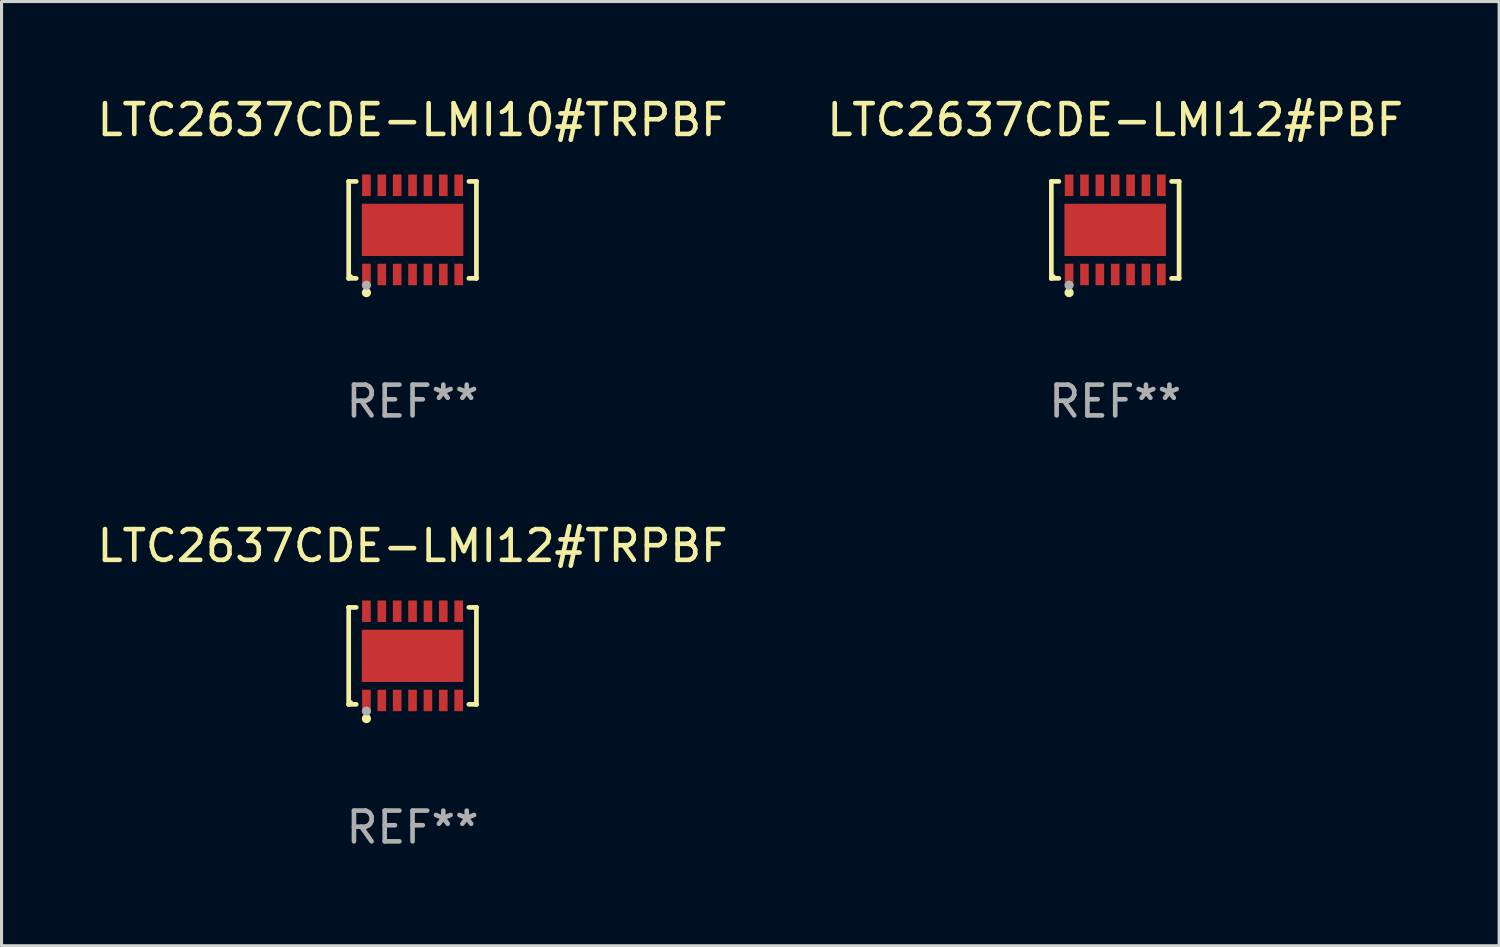
<source format=kicad_pcb>
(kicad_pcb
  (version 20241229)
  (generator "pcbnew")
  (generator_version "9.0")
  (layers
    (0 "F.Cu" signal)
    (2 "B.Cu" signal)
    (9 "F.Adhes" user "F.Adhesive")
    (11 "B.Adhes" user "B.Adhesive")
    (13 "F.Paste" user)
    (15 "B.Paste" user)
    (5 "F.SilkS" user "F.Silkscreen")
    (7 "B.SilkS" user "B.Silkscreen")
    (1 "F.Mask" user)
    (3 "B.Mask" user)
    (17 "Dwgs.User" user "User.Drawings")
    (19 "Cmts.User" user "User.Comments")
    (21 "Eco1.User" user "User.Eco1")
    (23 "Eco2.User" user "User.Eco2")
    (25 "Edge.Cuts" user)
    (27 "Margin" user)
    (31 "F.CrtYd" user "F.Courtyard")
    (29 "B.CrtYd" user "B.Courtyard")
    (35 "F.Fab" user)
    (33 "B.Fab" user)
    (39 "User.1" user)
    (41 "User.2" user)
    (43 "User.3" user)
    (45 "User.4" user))
  (footprint "LTC2637CDE-LMI12#TRPBF"
    (layer "F.Cu")
    (at 10.363 18.273)
    (property "Reference" "LTC2637CDE-LMI12#TRPBF" (at 0 -3.576 0) (layer "F.SilkS") (effects (font (size 1 1) (thickness 0.15))))
    (attr through_hole)
    (fp_line (start -2.076 -1.576) (end -2.076 -1.576) (stroke (width 0.152) (type solid)) (layer "F.SilkS"))
    (fp_line (start -2.076 -1.576) (end -1.831 -1.576) (stroke (width 0.152) (type solid)) (layer "F.SilkS"))
    (fp_line (start -2.076 1.576) (end -2.076 -1.576) (stroke (width 0.152) (type solid)) (layer "F.SilkS"))
    (fp_line (start -2.076 1.576) (end -2.076 1.576) (stroke (width 0.152) (type solid)) (layer "F.SilkS"))
    (fp_line (start -1.831 1.576) (end -2.076 1.576) (stroke (width 0.152) (type solid)) (layer "F.SilkS"))
    (fp_line (start 1.831 1.576) (end 2.076 1.576) (stroke (width 0.152) (type solid)) (layer "F.SilkS"))
    (fp_line (start 2.076 -1.576) (end 1.831 -1.576) (stroke (width 0.152) (type solid)) (layer "F.SilkS"))
    (fp_line (start 2.076 -1.576) (end 2.076 -1.576) (stroke (width 0.152) (type solid)) (layer "F.SilkS"))
    (fp_line (start 2.076 1.576) (end 2.076 -1.576) (stroke (width 0.152) (type solid)) (layer "F.SilkS"))
    (fp_line (start 2.076 1.576) (end 2.076 1.576) (stroke (width 0.152) (type solid)) (layer "F.SilkS"))
    (fp_circle (center -2 1.5) (end -1.97 1.5) (stroke (width 0.06) (type solid)) (fill no) (layer "F.SilkS"))
    (fp_circle (center -1.5 2.04) (end -1.425 2.04) (stroke (width 0.15) (type solid)) (fill no) (layer "F.SilkS"))
    (fp_circle (center -1.5 1.8) (end -1.425 1.8) (stroke (width 0.15) (type solid)) (fill no) (layer "F.Fab"))
    (fp_text user "REF**" (at 0 5.576 0) (layer "F.Fab") (effects (font (size 1 1) (thickness 0.15))))
    (pad "1" smd rect (at -1.5 1.45) (size 0.28 0.7) (layers "F.Cu" "F.Mask" "F.Paste"))
    (pad "2" smd rect (at -1 1.45) (size 0.28 0.7) (layers "F.Cu" "F.Mask" "F.Paste"))
    (pad "3" smd rect (at -0.5 1.45) (size 0.28 0.7) (layers "F.Cu" "F.Mask" "F.Paste"))
    (pad "4" smd rect (at 0 1.45) (size 0.28 0.7) (layers "F.Cu" "F.Mask" "F.Paste"))
    (pad "5" smd rect (at 0.5 1.45) (size 0.28 0.7) (layers "F.Cu" "F.Mask" "F.Paste"))
    (pad "6" smd rect (at 1 1.45) (size 0.28 0.7) (layers "F.Cu" "F.Mask" "F.Paste"))
    (pad "7" smd rect (at 1.5 1.45) (size 0.28 0.7) (layers "F.Cu" "F.Mask" "F.Paste"))
    (pad "8" smd rect (at 1.5 -1.45) (size 0.28 0.7) (layers "F.Cu" "F.Mask" "F.Paste"))
    (pad "9" smd rect (at 1 -1.45) (size 0.28 0.7) (layers "F.Cu" "F.Mask" "F.Paste"))
    (pad "10" smd rect (at 0.5 -1.45) (size 0.28 0.7) (layers "F.Cu" "F.Mask" "F.Paste"))
    (pad "11" smd rect (at 0 -1.45) (size 0.28 0.7) (layers "F.Cu" "F.Mask" "F.Paste"))
    (pad "12" smd rect (at -0.5 -1.45) (size 0.28 0.7) (layers "F.Cu" "F.Mask" "F.Paste"))
    (pad "13" smd rect (at -1 -1.45) (size 0.28 0.7) (layers "F.Cu" "F.Mask" "F.Paste"))
    (pad "14" smd rect (at -1.5 -1.45) (size 0.28 0.7) (layers "F.Cu" "F.Mask" "F.Paste"))
    (pad "15" smd rect (at 0 0) (size 3.3 1.7) (layers "F.Cu" "F.Mask" "F.Paste")))
  (footprint "LTC2637CDE-LMI10#TRPBF"
    (layer "F.Cu")
    (at 10.363 4.424)
    (property "Reference" "LTC2637CDE-LMI10#TRPBF" (at 0 -3.576 0) (layer "F.SilkS") (effects (font (size 1 1) (thickness 0.15))))
    (attr through_hole)
    (fp_line (start -2.076 -1.576) (end -2.076 -1.576) (stroke (width 0.152) (type solid)) (layer "F.SilkS"))
    (fp_line (start -2.076 -1.576) (end -1.831 -1.576) (stroke (width 0.152) (type solid)) (layer "F.SilkS"))
    (fp_line (start -2.076 1.576) (end -2.076 -1.576) (stroke (width 0.152) (type solid)) (layer "F.SilkS"))
    (fp_line (start -2.076 1.576) (end -2.076 1.576) (stroke (width 0.152) (type solid)) (layer "F.SilkS"))
    (fp_line (start -1.831 1.576) (end -2.076 1.576) (stroke (width 0.152) (type solid)) (layer "F.SilkS"))
    (fp_line (start 1.831 1.576) (end 2.076 1.576) (stroke (width 0.152) (type solid)) (layer "F.SilkS"))
    (fp_line (start 2.076 -1.576) (end 1.831 -1.576) (stroke (width 0.152) (type solid)) (layer "F.SilkS"))
    (fp_line (start 2.076 -1.576) (end 2.076 -1.576) (stroke (width 0.152) (type solid)) (layer "F.SilkS"))
    (fp_line (start 2.076 1.576) (end 2.076 -1.576) (stroke (width 0.152) (type solid)) (layer "F.SilkS"))
    (fp_line (start 2.076 1.576) (end 2.076 1.576) (stroke (width 0.152) (type solid)) (layer "F.SilkS"))
    (fp_circle (center -2 1.5) (end -1.97 1.5) (stroke (width 0.06) (type solid)) (fill no) (layer "F.SilkS"))
    (fp_circle (center -1.5 2.04) (end -1.425 2.04) (stroke (width 0.15) (type solid)) (fill no) (layer "F.SilkS"))
    (fp_circle (center -1.5 1.8) (end -1.425 1.8) (stroke (width 0.15) (type solid)) (fill no) (layer "F.Fab"))
    (fp_text user "REF**" (at 0 5.576 0) (layer "F.Fab") (effects (font (size 1 1) (thickness 0.15))))
    (pad "1" smd rect (at -1.5 1.45) (size 0.28 0.7) (layers "F.Cu" "F.Mask" "F.Paste"))
    (pad "2" smd rect (at -1 1.45) (size 0.28 0.7) (layers "F.Cu" "F.Mask" "F.Paste"))
    (pad "3" smd rect (at -0.5 1.45) (size 0.28 0.7) (layers "F.Cu" "F.Mask" "F.Paste"))
    (pad "4" smd rect (at 0 1.45) (size 0.28 0.7) (layers "F.Cu" "F.Mask" "F.Paste"))
    (pad "5" smd rect (at 0.5 1.45) (size 0.28 0.7) (layers "F.Cu" "F.Mask" "F.Paste"))
    (pad "6" smd rect (at 1 1.45) (size 0.28 0.7) (layers "F.Cu" "F.Mask" "F.Paste"))
    (pad "7" smd rect (at 1.5 1.45) (size 0.28 0.7) (layers "F.Cu" "F.Mask" "F.Paste"))
    (pad "8" smd rect (at 1.5 -1.45) (size 0.28 0.7) (layers "F.Cu" "F.Mask" "F.Paste"))
    (pad "9" smd rect (at 1 -1.45) (size 0.28 0.7) (layers "F.Cu" "F.Mask" "F.Paste"))
    (pad "10" smd rect (at 0.5 -1.45) (size 0.28 0.7) (layers "F.Cu" "F.Mask" "F.Paste"))
    (pad "11" smd rect (at 0 -1.45) (size 0.28 0.7) (layers "F.Cu" "F.Mask" "F.Paste"))
    (pad "12" smd rect (at -0.5 -1.45) (size 0.28 0.7) (layers "F.Cu" "F.Mask" "F.Paste"))
    (pad "13" smd rect (at -1 -1.45) (size 0.28 0.7) (layers "F.Cu" "F.Mask" "F.Paste"))
    (pad "14" smd rect (at -1.5 -1.45) (size 0.28 0.7) (layers "F.Cu" "F.Mask" "F.Paste"))
    (pad "15" smd rect (at 0 0) (size 3.3 1.7) (layers "F.Cu" "F.Mask" "F.Paste")))
  (footprint "LTC2637CDE-LMI12#PBF"
    (layer "F.Cu")
    (at 33.208 4.424)
    (property "Reference" "LTC2637CDE-LMI12#PBF" (at 0 -3.576 0) (layer "F.SilkS") (effects (font (size 1 1) (thickness 0.15))))
    (attr through_hole)
    (fp_line (start -2.076 -1.576) (end -2.076 -1.576) (stroke (width 0.152) (type solid)) (layer "F.SilkS"))
    (fp_line (start -2.076 -1.576) (end -1.831 -1.576) (stroke (width 0.152) (type solid)) (layer "F.SilkS"))
    (fp_line (start -2.076 1.576) (end -2.076 -1.576) (stroke (width 0.152) (type solid)) (layer "F.SilkS"))
    (fp_line (start -2.076 1.576) (end -2.076 1.576) (stroke (width 0.152) (type solid)) (layer "F.SilkS"))
    (fp_line (start -1.831 1.576) (end -2.076 1.576) (stroke (width 0.152) (type solid)) (layer "F.SilkS"))
    (fp_line (start 1.831 1.576) (end 2.076 1.576) (stroke (width 0.152) (type solid)) (layer "F.SilkS"))
    (fp_line (start 2.076 -1.576) (end 1.831 -1.576) (stroke (width 0.152) (type solid)) (layer "F.SilkS"))
    (fp_line (start 2.076 -1.576) (end 2.076 -1.576) (stroke (width 0.152) (type solid)) (layer "F.SilkS"))
    (fp_line (start 2.076 1.576) (end 2.076 -1.576) (stroke (width 0.152) (type solid)) (layer "F.SilkS"))
    (fp_line (start 2.076 1.576) (end 2.076 1.576) (stroke (width 0.152) (type solid)) (layer "F.SilkS"))
    (fp_circle (center -2 1.5) (end -1.97 1.5) (stroke (width 0.06) (type solid)) (fill no) (layer "F.SilkS"))
    (fp_circle (center -1.5 2.04) (end -1.425 2.04) (stroke (width 0.15) (type solid)) (fill no) (layer "F.SilkS"))
    (fp_circle (center -1.5 1.8) (end -1.425 1.8) (stroke (width 0.15) (type solid)) (fill no) (layer "F.Fab"))
    (fp_text user "REF**" (at 0 5.576 0) (layer "F.Fab") (effects (font (size 1 1) (thickness 0.15))))
    (pad "1" smd rect (at -1.5 1.45) (size 0.28 0.7) (layers "F.Cu" "F.Mask" "F.Paste"))
    (pad "2" smd rect (at -1 1.45) (size 0.28 0.7) (layers "F.Cu" "F.Mask" "F.Paste"))
    (pad "3" smd rect (at -0.5 1.45) (size 0.28 0.7) (layers "F.Cu" "F.Mask" "F.Paste"))
    (pad "4" smd rect (at 0 1.45) (size 0.28 0.7) (layers "F.Cu" "F.Mask" "F.Paste"))
    (pad "5" smd rect (at 0.5 1.45) (size 0.28 0.7) (layers "F.Cu" "F.Mask" "F.Paste"))
    (pad "6" smd rect (at 1 1.45) (size 0.28 0.7) (layers "F.Cu" "F.Mask" "F.Paste"))
    (pad "7" smd rect (at 1.5 1.45) (size 0.28 0.7) (layers "F.Cu" "F.Mask" "F.Paste"))
    (pad "8" smd rect (at 1.5 -1.45) (size 0.28 0.7) (layers "F.Cu" "F.Mask" "F.Paste"))
    (pad "9" smd rect (at 1 -1.45) (size 0.28 0.7) (layers "F.Cu" "F.Mask" "F.Paste"))
    (pad "10" smd rect (at 0.5 -1.45) (size 0.28 0.7) (layers "F.Cu" "F.Mask" "F.Paste"))
    (pad "11" smd rect (at 0 -1.45) (size 0.28 0.7) (layers "F.Cu" "F.Mask" "F.Paste"))
    (pad "12" smd rect (at -0.5 -1.45) (size 0.28 0.7) (layers "F.Cu" "F.Mask" "F.Paste"))
    (pad "13" smd rect (at -1 -1.45) (size 0.28 0.7) (layers "F.Cu" "F.Mask" "F.Paste"))
    (pad "14" smd rect (at -1.5 -1.45) (size 0.28 0.7) (layers "F.Cu" "F.Mask" "F.Paste"))
    (pad "15" smd rect (at 0 0) (size 3.3 1.7) (layers "F.Cu" "F.Mask" "F.Paste")))
  (gr_rect
    (start -3 -3)
    (end 45.69 27.698)
    (stroke (width 0.1) (type default))
    (fill no)
    (layer "Edge.Cuts")))
</source>
